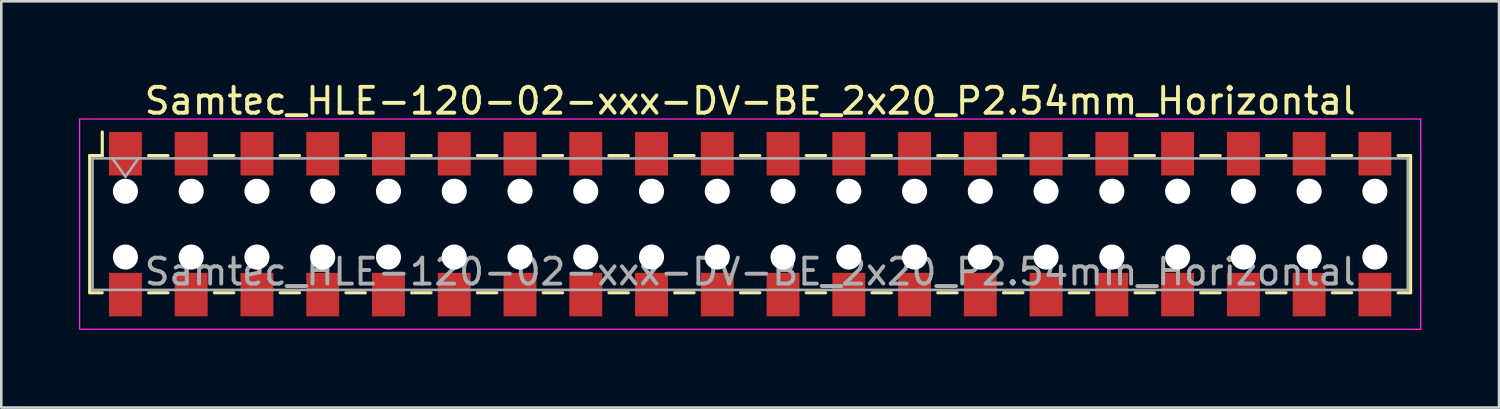
<source format=kicad_pcb>
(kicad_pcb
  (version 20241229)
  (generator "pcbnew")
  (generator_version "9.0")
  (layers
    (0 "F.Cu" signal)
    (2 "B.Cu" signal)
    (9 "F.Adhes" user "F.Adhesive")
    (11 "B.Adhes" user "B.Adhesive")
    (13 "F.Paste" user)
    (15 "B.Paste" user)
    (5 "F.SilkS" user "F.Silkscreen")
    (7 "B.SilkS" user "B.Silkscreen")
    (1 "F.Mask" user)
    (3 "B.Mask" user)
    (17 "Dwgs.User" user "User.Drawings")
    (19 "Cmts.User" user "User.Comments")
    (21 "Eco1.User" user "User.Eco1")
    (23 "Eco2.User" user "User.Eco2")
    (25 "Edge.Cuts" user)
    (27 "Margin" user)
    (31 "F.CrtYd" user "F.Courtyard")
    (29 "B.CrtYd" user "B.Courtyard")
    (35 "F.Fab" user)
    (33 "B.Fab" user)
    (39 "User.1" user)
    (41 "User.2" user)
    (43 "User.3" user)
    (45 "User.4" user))
  (footprint "Samtec_HLE-120-02-xxx-DV-BE_2x20_P2.54mm_Horizontal"
    (layer "F.Cu")
    (at 25.925 5.608)
    (property "Reference" "Samtec_HLE-120-02-xxx-DV-BE_2x20_P2.54mm_Horizontal" (at 0 -4.76 0) (layer "F.SilkS") (effects (font (size 1 1) (thickness 0.15))))
    (attr smd)
    (fp_line (start -25.51 -2.65) (end -25.51 2.65) (stroke (width 0.12) (type solid)) (layer "F.SilkS"))
    (fp_line (start -25.51 2.65) (end -25.025 2.65) (stroke (width 0.12) (type solid)) (layer "F.SilkS"))
    (fp_line (start -25.025 -3.56) (end -25.025 -2.65) (stroke (width 0.12) (type solid)) (layer "F.SilkS"))
    (fp_line (start -25.025 -2.65) (end -25.51 -2.65) (stroke (width 0.12) (type solid)) (layer "F.SilkS"))
    (fp_line (start -23.235 -2.65) (end -22.485 -2.65) (stroke (width 0.12) (type solid)) (layer "F.SilkS"))
    (fp_line (start -23.235 2.65) (end -22.485 2.65) (stroke (width 0.12) (type solid)) (layer "F.SilkS"))
    (fp_line (start -20.695 -2.65) (end -19.945 -2.65) (stroke (width 0.12) (type solid)) (layer "F.SilkS"))
    (fp_line (start -20.695 2.65) (end -19.945 2.65) (stroke (width 0.12) (type solid)) (layer "F.SilkS"))
    (fp_line (start -18.155 -2.65) (end -17.405 -2.65) (stroke (width 0.12) (type solid)) (layer "F.SilkS"))
    (fp_line (start -18.155 2.65) (end -17.405 2.65) (stroke (width 0.12) (type solid)) (layer "F.SilkS"))
    (fp_line (start -15.615 -2.65) (end -14.865 -2.65) (stroke (width 0.12) (type solid)) (layer "F.SilkS"))
    (fp_line (start -15.615 2.65) (end -14.865 2.65) (stroke (width 0.12) (type solid)) (layer "F.SilkS"))
    (fp_line (start -13.075 -2.65) (end -12.325 -2.65) (stroke (width 0.12) (type solid)) (layer "F.SilkS"))
    (fp_line (start -13.075 2.65) (end -12.325 2.65) (stroke (width 0.12) (type solid)) (layer "F.SilkS"))
    (fp_line (start -10.535 -2.65) (end -9.785 -2.65) (stroke (width 0.12) (type solid)) (layer "F.SilkS"))
    (fp_line (start -10.535 2.65) (end -9.785 2.65) (stroke (width 0.12) (type solid)) (layer "F.SilkS"))
    (fp_line (start -7.995 -2.65) (end -7.245 -2.65) (stroke (width 0.12) (type solid)) (layer "F.SilkS"))
    (fp_line (start -7.995 2.65) (end -7.245 2.65) (stroke (width 0.12) (type solid)) (layer "F.SilkS"))
    (fp_line (start -5.455 -2.65) (end -4.705 -2.65) (stroke (width 0.12) (type solid)) (layer "F.SilkS"))
    (fp_line (start -5.455 2.65) (end -4.705 2.65) (stroke (width 0.12) (type solid)) (layer "F.SilkS"))
    (fp_line (start -2.915 -2.65) (end -2.165 -2.65) (stroke (width 0.12) (type solid)) (layer "F.SilkS"))
    (fp_line (start -2.915 2.65) (end -2.165 2.65) (stroke (width 0.12) (type solid)) (layer "F.SilkS"))
    (fp_line (start -0.375 -2.65) (end 0.375 -2.65) (stroke (width 0.12) (type solid)) (layer "F.SilkS"))
    (fp_line (start -0.375 2.65) (end 0.375 2.65) (stroke (width 0.12) (type solid)) (layer "F.SilkS"))
    (fp_line (start 2.165 -2.65) (end 2.915 -2.65) (stroke (width 0.12) (type solid)) (layer "F.SilkS"))
    (fp_line (start 2.165 2.65) (end 2.915 2.65) (stroke (width 0.12) (type solid)) (layer "F.SilkS"))
    (fp_line (start 4.705 -2.65) (end 5.455 -2.65) (stroke (width 0.12) (type solid)) (layer "F.SilkS"))
    (fp_line (start 4.705 2.65) (end 5.455 2.65) (stroke (width 0.12) (type solid)) (layer "F.SilkS"))
    (fp_line (start 7.245 -2.65) (end 7.995 -2.65) (stroke (width 0.12) (type solid)) (layer "F.SilkS"))
    (fp_line (start 7.245 2.65) (end 7.995 2.65) (stroke (width 0.12) (type solid)) (layer "F.SilkS"))
    (fp_line (start 9.785 -2.65) (end 10.535 -2.65) (stroke (width 0.12) (type solid)) (layer "F.SilkS"))
    (fp_line (start 9.785 2.65) (end 10.535 2.65) (stroke (width 0.12) (type solid)) (layer "F.SilkS"))
    (fp_line (start 12.325 -2.65) (end 13.075 -2.65) (stroke (width 0.12) (type solid)) (layer "F.SilkS"))
    (fp_line (start 12.325 2.65) (end 13.075 2.65) (stroke (width 0.12) (type solid)) (layer "F.SilkS"))
    (fp_line (start 14.865 -2.65) (end 15.615 -2.65) (stroke (width 0.12) (type solid)) (layer "F.SilkS"))
    (fp_line (start 14.865 2.65) (end 15.615 2.65) (stroke (width 0.12) (type solid)) (layer "F.SilkS"))
    (fp_line (start 17.405 -2.65) (end 18.155 -2.65) (stroke (width 0.12) (type solid)) (layer "F.SilkS"))
    (fp_line (start 17.405 2.65) (end 18.155 2.65) (stroke (width 0.12) (type solid)) (layer "F.SilkS"))
    (fp_line (start 19.945 -2.65) (end 20.695 -2.65) (stroke (width 0.12) (type solid)) (layer "F.SilkS"))
    (fp_line (start 19.945 2.65) (end 20.695 2.65) (stroke (width 0.12) (type solid)) (layer "F.SilkS"))
    (fp_line (start 22.485 -2.65) (end 23.235 -2.65) (stroke (width 0.12) (type solid)) (layer "F.SilkS"))
    (fp_line (start 22.485 2.65) (end 23.235 2.65) (stroke (width 0.12) (type solid)) (layer "F.SilkS"))
    (fp_line (start 25.025 -2.65) (end 25.51 -2.65) (stroke (width 0.12) (type solid)) (layer "F.SilkS"))
    (fp_line (start 25.51 -2.65) (end 25.51 2.65) (stroke (width 0.12) (type solid)) (layer "F.SilkS"))
    (fp_line (start 25.51 2.65) (end 25.025 2.65) (stroke (width 0.12) (type solid)) (layer "F.SilkS"))
    (fp_line (start -25.9 -4.06) (end 25.9 -4.06) (stroke (width 0.05) (type solid)) (layer "F.CrtYd"))
    (fp_line (start -25.9 4.06) (end -25.9 -4.06) (stroke (width 0.05) (type solid)) (layer "F.CrtYd"))
    (fp_line (start 25.9 -4.06) (end 25.9 4.06) (stroke (width 0.05) (type solid)) (layer "F.CrtYd"))
    (fp_line (start 25.9 4.06) (end -25.9 4.06) (stroke (width 0.05) (type solid)) (layer "F.CrtYd"))
    (fp_line (start -25.4 -2.54) (end 25.4 -2.54) (stroke (width 0.1) (type solid)) (layer "F.Fab"))
    (fp_line (start -25.4 2.54) (end -25.4 -2.54) (stroke (width 0.1) (type solid)) (layer "F.Fab"))
    (fp_line (start -24.63 -2.54) (end -24.13 -1.833) (stroke (width 0.1) (type solid)) (layer "F.Fab"))
    (fp_line (start -24.13 -1.833) (end -23.63 -2.54) (stroke (width 0.1) (type solid)) (layer "F.Fab"))
    (fp_line (start 25.4 -2.54) (end 25.4 2.54) (stroke (width 0.1) (type solid)) (layer "F.Fab"))
    (fp_line (start 25.4 2.54) (end -25.4 2.54) (stroke (width 0.1) (type solid)) (layer "F.Fab"))
    (fp_text user "${REFERENCE}" (at 0 1.84 0) (layer "F.Fab") (effects (font (size 1 1) (thickness 0.15))))
    (pad "" np_thru_hole circle (at -24.13 -1.27) (size 0.97 0.97) (drill 0.97) (layers "*.Cu" "*.Mask"))
    (pad "" np_thru_hole circle (at -24.13 1.27) (size 0.97 0.97) (drill 0.97) (layers "*.Cu" "*.Mask"))
    (pad "" np_thru_hole circle (at -21.59 -1.27) (size 0.97 0.97) (drill 0.97) (layers "*.Cu" "*.Mask"))
    (pad "" np_thru_hole circle (at -21.59 1.27) (size 0.97 0.97) (drill 0.97) (layers "*.Cu" "*.Mask"))
    (pad "" np_thru_hole circle (at -19.05 -1.27) (size 0.97 0.97) (drill 0.97) (layers "*.Cu" "*.Mask"))
    (pad "" np_thru_hole circle (at -19.05 1.27) (size 0.97 0.97) (drill 0.97) (layers "*.Cu" "*.Mask"))
    (pad "" np_thru_hole circle (at -16.51 -1.27) (size 0.97 0.97) (drill 0.97) (layers "*.Cu" "*.Mask"))
    (pad "" np_thru_hole circle (at -16.51 1.27) (size 0.97 0.97) (drill 0.97) (layers "*.Cu" "*.Mask"))
    (pad "" np_thru_hole circle (at -13.97 -1.27) (size 0.97 0.97) (drill 0.97) (layers "*.Cu" "*.Mask"))
    (pad "" np_thru_hole circle (at -13.97 1.27) (size 0.97 0.97) (drill 0.97) (layers "*.Cu" "*.Mask"))
    (pad "" np_thru_hole circle (at -11.43 -1.27) (size 0.97 0.97) (drill 0.97) (layers "*.Cu" "*.Mask"))
    (pad "" np_thru_hole circle (at -11.43 1.27) (size 0.97 0.97) (drill 0.97) (layers "*.Cu" "*.Mask"))
    (pad "" np_thru_hole circle (at -8.89 -1.27) (size 0.97 0.97) (drill 0.97) (layers "*.Cu" "*.Mask"))
    (pad "" np_thru_hole circle (at -8.89 1.27) (size 0.97 0.97) (drill 0.97) (layers "*.Cu" "*.Mask"))
    (pad "" np_thru_hole circle (at -6.35 -1.27) (size 0.97 0.97) (drill 0.97) (layers "*.Cu" "*.Mask"))
    (pad "" np_thru_hole circle (at -6.35 1.27) (size 0.97 0.97) (drill 0.97) (layers "*.Cu" "*.Mask"))
    (pad "" np_thru_hole circle (at -3.81 -1.27) (size 0.97 0.97) (drill 0.97) (layers "*.Cu" "*.Mask"))
    (pad "" np_thru_hole circle (at -3.81 1.27) (size 0.97 0.97) (drill 0.97) (layers "*.Cu" "*.Mask"))
    (pad "" np_thru_hole circle (at -1.27 -1.27) (size 0.97 0.97) (drill 0.97) (layers "*.Cu" "*.Mask"))
    (pad "" np_thru_hole circle (at -1.27 1.27) (size 0.97 0.97) (drill 0.97) (layers "*.Cu" "*.Mask"))
    (pad "" np_thru_hole circle (at 1.27 -1.27) (size 0.97 0.97) (drill 0.97) (layers "*.Cu" "*.Mask"))
    (pad "" np_thru_hole circle (at 1.27 1.27) (size 0.97 0.97) (drill 0.97) (layers "*.Cu" "*.Mask"))
    (pad "" np_thru_hole circle (at 3.81 -1.27) (size 0.97 0.97) (drill 0.97) (layers "*.Cu" "*.Mask"))
    (pad "" np_thru_hole circle (at 3.81 1.27) (size 0.97 0.97) (drill 0.97) (layers "*.Cu" "*.Mask"))
    (pad "" np_thru_hole circle (at 6.35 -1.27) (size 0.97 0.97) (drill 0.97) (layers "*.Cu" "*.Mask"))
    (pad "" np_thru_hole circle (at 6.35 1.27) (size 0.97 0.97) (drill 0.97) (layers "*.Cu" "*.Mask"))
    (pad "" np_thru_hole circle (at 8.89 -1.27) (size 0.97 0.97) (drill 0.97) (layers "*.Cu" "*.Mask"))
    (pad "" np_thru_hole circle (at 8.89 1.27) (size 0.97 0.97) (drill 0.97) (layers "*.Cu" "*.Mask"))
    (pad "" np_thru_hole circle (at 11.43 -1.27) (size 0.97 0.97) (drill 0.97) (layers "*.Cu" "*.Mask"))
    (pad "" np_thru_hole circle (at 11.43 1.27) (size 0.97 0.97) (drill 0.97) (layers "*.Cu" "*.Mask"))
    (pad "" np_thru_hole circle (at 13.97 -1.27) (size 0.97 0.97) (drill 0.97) (layers "*.Cu" "*.Mask"))
    (pad "" np_thru_hole circle (at 13.97 1.27) (size 0.97 0.97) (drill 0.97) (layers "*.Cu" "*.Mask"))
    (pad "" np_thru_hole circle (at 16.51 -1.27) (size 0.97 0.97) (drill 0.97) (layers "*.Cu" "*.Mask"))
    (pad "" np_thru_hole circle (at 16.51 1.27) (size 0.97 0.97) (drill 0.97) (layers "*.Cu" "*.Mask"))
    (pad "" np_thru_hole circle (at 19.05 -1.27) (size 0.97 0.97) (drill 0.97) (layers "*.Cu" "*.Mask"))
    (pad "" np_thru_hole circle (at 19.05 1.27) (size 0.97 0.97) (drill 0.97) (layers "*.Cu" "*.Mask"))
    (pad "" np_thru_hole circle (at 21.59 -1.27) (size 0.97 0.97) (drill 0.97) (layers "*.Cu" "*.Mask"))
    (pad "" np_thru_hole circle (at 21.59 1.27) (size 0.97 0.97) (drill 0.97) (layers "*.Cu" "*.Mask"))
    (pad "" np_thru_hole circle (at 24.13 -1.27) (size 0.97 0.97) (drill 0.97) (layers "*.Cu" "*.Mask"))
    (pad "" np_thru_hole circle (at 24.13 1.27) (size 0.97 0.97) (drill 0.97) (layers "*.Cu" "*.Mask"))
    (pad "1" smd rect (at -24.13 -2.72) (size 1.27 1.68) (layers "F.Cu" "F.Mask" "F.Paste"))
    (pad "2" smd rect (at -24.13 2.72) (size 1.27 1.68) (layers "F.Cu" "F.Mask" "F.Paste"))
    (pad "3" smd rect (at -21.59 -2.72) (size 1.27 1.68) (layers "F.Cu" "F.Mask" "F.Paste"))
    (pad "4" smd rect (at -21.59 2.72) (size 1.27 1.68) (layers "F.Cu" "F.Mask" "F.Paste"))
    (pad "5" smd rect (at -19.05 -2.72) (size 1.27 1.68) (layers "F.Cu" "F.Mask" "F.Paste"))
    (pad "6" smd rect (at -19.05 2.72) (size 1.27 1.68) (layers "F.Cu" "F.Mask" "F.Paste"))
    (pad "7" smd rect (at -16.51 -2.72) (size 1.27 1.68) (layers "F.Cu" "F.Mask" "F.Paste"))
    (pad "8" smd rect (at -16.51 2.72) (size 1.27 1.68) (layers "F.Cu" "F.Mask" "F.Paste"))
    (pad "9" smd rect (at -13.97 -2.72) (size 1.27 1.68) (layers "F.Cu" "F.Mask" "F.Paste"))
    (pad "10" smd rect (at -13.97 2.72) (size 1.27 1.68) (layers "F.Cu" "F.Mask" "F.Paste"))
    (pad "11" smd rect (at -11.43 -2.72) (size 1.27 1.68) (layers "F.Cu" "F.Mask" "F.Paste"))
    (pad "12" smd rect (at -11.43 2.72) (size 1.27 1.68) (layers "F.Cu" "F.Mask" "F.Paste"))
    (pad "13" smd rect (at -8.89 -2.72) (size 1.27 1.68) (layers "F.Cu" "F.Mask" "F.Paste"))
    (pad "14" smd rect (at -8.89 2.72) (size 1.27 1.68) (layers "F.Cu" "F.Mask" "F.Paste"))
    (pad "15" smd rect (at -6.35 -2.72) (size 1.27 1.68) (layers "F.Cu" "F.Mask" "F.Paste"))
    (pad "16" smd rect (at -6.35 2.72) (size 1.27 1.68) (layers "F.Cu" "F.Mask" "F.Paste"))
    (pad "17" smd rect (at -3.81 -2.72) (size 1.27 1.68) (layers "F.Cu" "F.Mask" "F.Paste"))
    (pad "18" smd rect (at -3.81 2.72) (size 1.27 1.68) (layers "F.Cu" "F.Mask" "F.Paste"))
    (pad "19" smd rect (at -1.27 -2.72) (size 1.27 1.68) (layers "F.Cu" "F.Mask" "F.Paste"))
    (pad "20" smd rect (at -1.27 2.72) (size 1.27 1.68) (layers "F.Cu" "F.Mask" "F.Paste"))
    (pad "21" smd rect (at 1.27 -2.72) (size 1.27 1.68) (layers "F.Cu" "F.Mask" "F.Paste"))
    (pad "22" smd rect (at 1.27 2.72) (size 1.27 1.68) (layers "F.Cu" "F.Mask" "F.Paste"))
    (pad "23" smd rect (at 3.81 -2.72) (size 1.27 1.68) (layers "F.Cu" "F.Mask" "F.Paste"))
    (pad "24" smd rect (at 3.81 2.72) (size 1.27 1.68) (layers "F.Cu" "F.Mask" "F.Paste"))
    (pad "25" smd rect (at 6.35 -2.72) (size 1.27 1.68) (layers "F.Cu" "F.Mask" "F.Paste"))
    (pad "26" smd rect (at 6.35 2.72) (size 1.27 1.68) (layers "F.Cu" "F.Mask" "F.Paste"))
    (pad "27" smd rect (at 8.89 -2.72) (size 1.27 1.68) (layers "F.Cu" "F.Mask" "F.Paste"))
    (pad "28" smd rect (at 8.89 2.72) (size 1.27 1.68) (layers "F.Cu" "F.Mask" "F.Paste"))
    (pad "29" smd rect (at 11.43 -2.72) (size 1.27 1.68) (layers "F.Cu" "F.Mask" "F.Paste"))
    (pad "30" smd rect (at 11.43 2.72) (size 1.27 1.68) (layers "F.Cu" "F.Mask" "F.Paste"))
    (pad "31" smd rect (at 13.97 -2.72) (size 1.27 1.68) (layers "F.Cu" "F.Mask" "F.Paste"))
    (pad "32" smd rect (at 13.97 2.72) (size 1.27 1.68) (layers "F.Cu" "F.Mask" "F.Paste"))
    (pad "33" smd rect (at 16.51 -2.72) (size 1.27 1.68) (layers "F.Cu" "F.Mask" "F.Paste"))
    (pad "34" smd rect (at 16.51 2.72) (size 1.27 1.68) (layers "F.Cu" "F.Mask" "F.Paste"))
    (pad "35" smd rect (at 19.05 -2.72) (size 1.27 1.68) (layers "F.Cu" "F.Mask" "F.Paste"))
    (pad "36" smd rect (at 19.05 2.72) (size 1.27 1.68) (layers "F.Cu" "F.Mask" "F.Paste"))
    (pad "37" smd rect (at 21.59 -2.72) (size 1.27 1.68) (layers "F.Cu" "F.Mask" "F.Paste"))
    (pad "38" smd rect (at 21.59 2.72) (size 1.27 1.68) (layers "F.Cu" "F.Mask" "F.Paste"))
    (pad "39" smd rect (at 24.13 -2.72) (size 1.27 1.68) (layers "F.Cu" "F.Mask" "F.Paste"))
    (pad "40" smd rect (at 24.13 2.72) (size 1.27 1.68) (layers "F.Cu" "F.Mask" "F.Paste")))
  (gr_rect
    (start -3 -3)
    (end 54.85 12.693)
    (stroke (width 0.1) (type default))
    (fill no)
    (layer "Edge.Cuts")))
</source>
